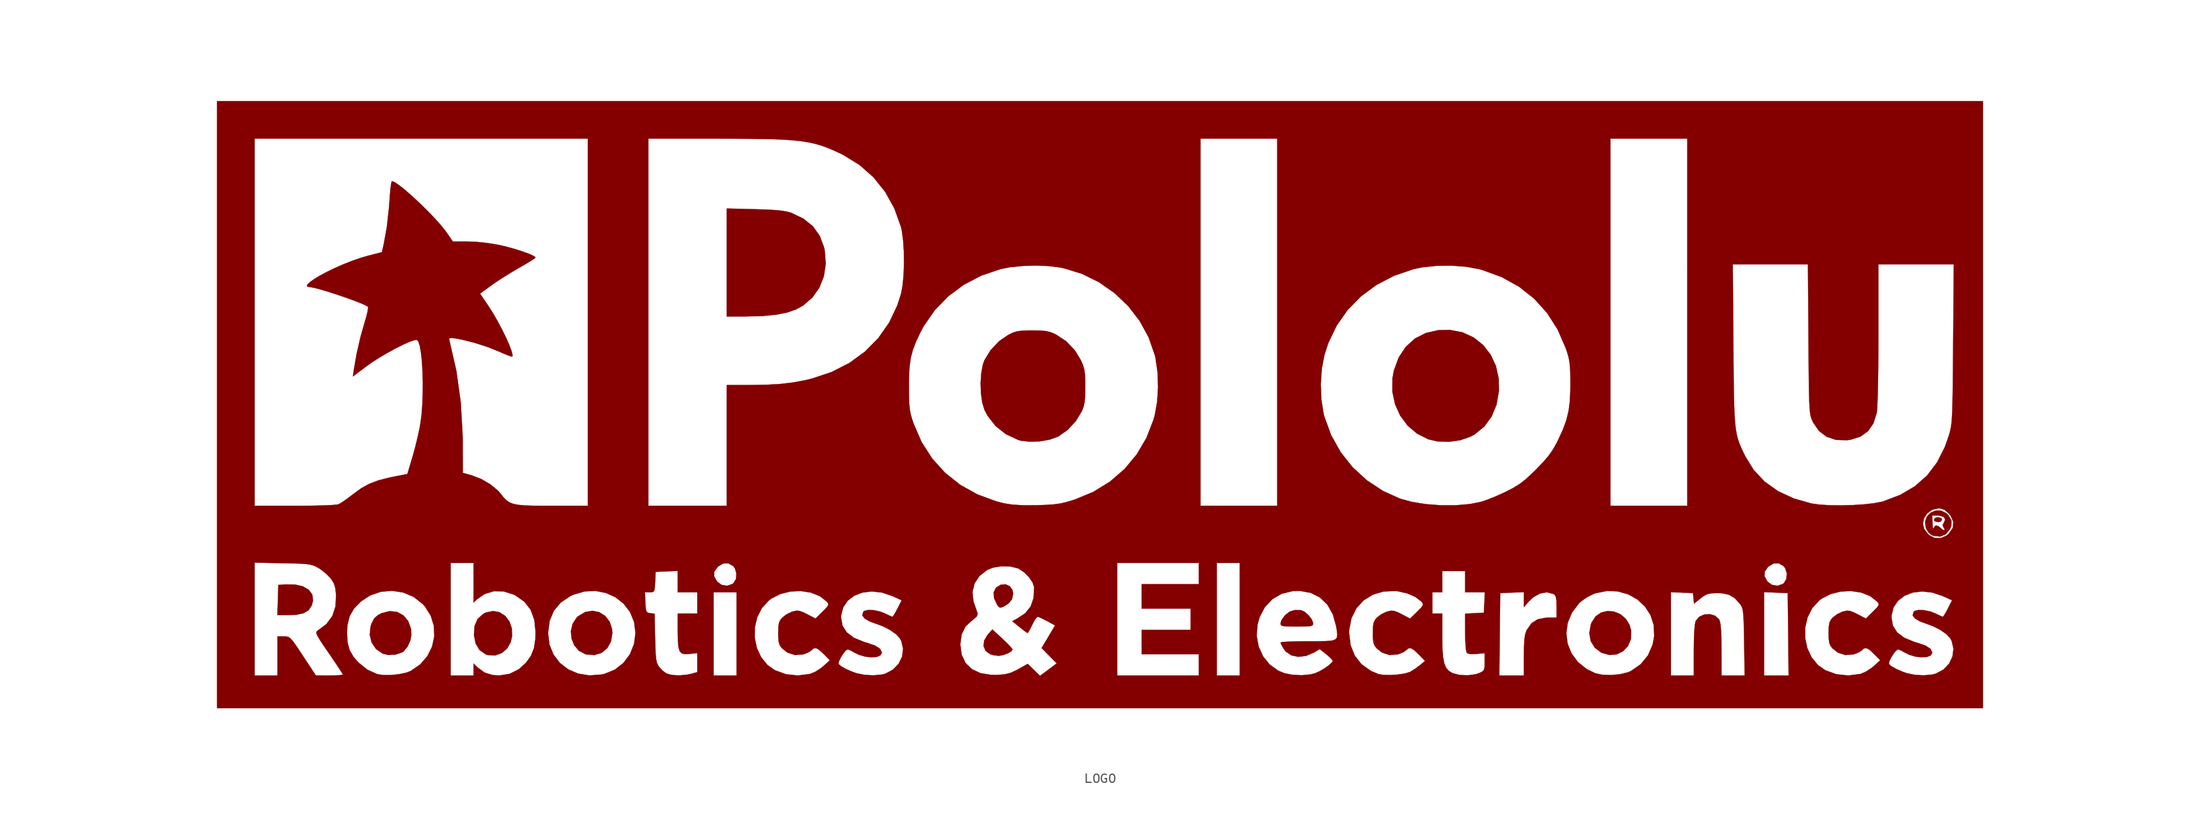
<source format=kicad_sym>
(kicad_symbol_lib
  (version 20210619)
  (generator bitmap2component)
  (symbol "LOGO"
    (pin_names
      (offset 1.016))
    (property "Reference" "#G"
      (at 0 29.457 0)
      (effects (font (size 1.27 1.27)) hide))
    (symbol "LOGO_0_0"
      (polyline (pts (xy 87.525 30.092) (xy -87.363 30.092) (xy -87.363 26.371) (xy -83.642 26.371) (xy -50.638 26.371) (xy -44.652 26.371) (xy -37.798 26.371) (xy 10.031 26.371) (xy 17.634 26.371) (xy 50.638 26.371) (xy 58.242 26.371) (xy 58.242 13.913) (xy 62.753 13.913) (xy 70.193 13.913) (xy 70.244 6.512) (xy 70.248 5.979) (xy 70.26 4.323) (xy 70.272 2.951) (xy 70.287 1.834) (xy 70.304 0.939) (xy 70.326 0.237) (xy 70.354 -0.302) (xy 70.39 -0.71) (xy 70.435 -1.016) (xy 70.49 -1.252) (xy 70.558 -1.447) (xy 70.639 -1.633) (xy 70.695 -1.75) (xy 71.279 -2.604) (xy 72.04 -3.188) (xy 72.968 -3.497) (xy 74.055 -3.526) (xy 74.42 -3.478) (xy 75.394 -3.172) (xy 76.147 -2.631) (xy 76.683 -1.849) (xy 77.006 -0.824) (xy 77.013 -0.783) (xy 77.051 -0.365) (xy 77.084 0.338) (xy 77.114 1.294) (xy 77.138 2.469) (xy 77.156 3.829) (xy 77.167 5.344) (xy 77.171 6.979) (xy 77.171 13.913) (xy 84.635 13.913) (xy 84.573 6.027) (xy 84.564 4.95) (xy 84.55 3.314) (xy 84.536 1.953) (xy 84.519 0.836) (xy 84.5 -0.069) (xy 84.476 -0.792) (xy 84.446 -1.363) (xy 84.408 -1.816) (xy 84.361 -2.179) (xy 84.304 -2.485) (xy 84.236 -2.763) (xy 84.153 -3.046) (xy 83.75 -4.194) (xy 82.973 -5.731) (xy 81.988 -7.025) (xy 80.783 -8.09) (xy 79.344 -8.939) (xy 77.656 -9.586) (xy 77.522 -9.624) (xy 76.744 -9.772) (xy 75.75 -9.884) (xy 74.625 -9.956) (xy 73.455 -9.986) (xy 72.327 -9.971) (xy 71.326 -9.909) (xy 70.538 -9.798) (xy 68.795 -9.303) (xy 67.237 -8.579) (xy 65.913 -7.637) (xy 64.828 -6.483) (xy 63.988 -5.119) (xy 63.785 -4.701) (xy 63.575 -4.25) (xy 63.4 -3.825) (xy 63.256 -3.396) (xy 63.14 -2.93) (xy 63.048 -2.396) (xy 62.978 -1.76) (xy 62.926 -0.993) (xy 62.888 -0.061) (xy 62.86 1.067) (xy 62.841 2.423) (xy 62.826 4.038) (xy 62.811 5.946) (xy 62.753 13.913) (xy 58.242 13.913) (xy 58.242 -10.03) (xy 50.638 -10.03) (xy 50.638 26.371) (xy 17.634 26.371) (xy 17.634 2.014) (xy 21.946 2.014) (xy 22.045 3.523) (xy 22.303 4.9) (xy 22.696 6.112) (xy 23.524 7.837) (xy 24.609 9.384) (xy 25.932 10.736) (xy 27.474 11.873) (xy 29.218 12.779) (xy 31.143 13.435) (xy 31.968 13.607) (xy 33.379 13.758) (xy 34.875 13.781) (xy 36.329 13.673) (xy 37.615 13.436) (xy 37.954 13.344) (xy 39.87 12.641) (xy 41.582 11.69) (xy 43.082 10.5) (xy 44.36 9.079) (xy 45.406 7.437) (xy 46.211 5.582) (xy 46.306 5.303) (xy 46.464 4.776) (xy 46.568 4.281) (xy 46.628 3.73) (xy 46.657 3.034) (xy 46.666 2.103) (xy 46.664 1.602) (xy 46.617 0.409) (xy 46.491 -0.603) (xy 46.265 -1.534) (xy 45.917 -2.485) (xy 45.423 -3.559) (xy 45.31 -3.784) (xy 44.94 -4.446) (xy 44.525 -5.042) (xy 43.995 -5.665) (xy 43.285 -6.404) (xy 42.781 -6.901) (xy 42.172 -7.455) (xy 41.614 -7.881) (xy 41.017 -8.249) (xy 40.284 -8.628) (xy 39.887 -8.816) (xy 39.097 -9.162) (xy 38.353 -9.455) (xy 37.776 -9.645) (xy 36.712 -9.855) (xy 35.332 -9.974) (xy 33.848 -9.976) (xy 32.362 -9.865) (xy 30.979 -9.644) (xy 29.799 -9.319) (xy 28.117 -8.56) (xy 26.517 -7.506) (xy 25.11 -6.216) (xy 23.923 -4.718) (xy 22.981 -3.038) (xy 22.308 -1.204) (xy 22.228 -0.892) (xy 22.008 0.5) (xy 21.946 2.014) (xy 17.634 2.014) (xy 17.634 -10.03) (xy 10.031 -10.03) (xy 10.031 26.371) (xy -37.798 26.371) (xy -36.376 26.369) (xy -34.585 26.359) (xy -33.059 26.336) (xy -31.762 26.296) (xy -30.66 26.233) (xy -29.718 26.145) (xy -28.902 26.026) (xy -28.176 25.872) (xy -27.506 25.679) (xy -26.856 25.443) (xy -26.193 25.158) (xy -25.481 24.821) (xy -25.329 24.745) (xy -23.736 23.762) (xy -22.356 22.542) (xy -21.203 21.102) (xy -20.291 19.46) (xy -19.635 17.634) (xy -19.55 17.26) (xy -19.422 16.323) (xy -19.35 15.213) (xy -19.333 14.028) (xy -19.373 12.866) (xy -19.469 11.825) (xy -19.622 11.001) (xy -19.997 9.831) (xy -20.811 8.122) (xy -21.883 6.593) (xy -23.196 5.261) (xy -24.733 4.14) (xy -26.48 3.245) (xy -28.419 2.594) (xy -29.164 2.415) (xy -30.322 2.199) (xy -31.54 2.055) (xy -32.903 1.974) (xy -34.5 1.946) (xy -36.887 1.941) (xy -36.887 1.78) (xy -18.842 1.78) (xy -18.832 2.782) (xy -18.776 3.798) (xy -18.653 4.656) (xy -18.443 5.449) (xy -18.127 6.266) (xy -17.685 7.199) (xy -17.361 7.801) (xy -16.275 9.37) (xy -14.95 10.736) (xy -13.409 11.882) (xy -11.674 12.789) (xy -9.768 13.439) (xy -8.829 13.621) (xy -7.596 13.746) (xy -6.279 13.787) (xy -5.001 13.739) (xy -3.883 13.599) (xy -3.494 13.519) (xy -1.691 12.961) (xy -0.008 12.13) (xy 1.523 11.057) (xy 2.872 9.769) (xy 4.006 8.297) (xy 4.894 6.669) (xy 5.506 4.915) (xy 5.578 4.604) (xy 5.775 3.238) (xy 5.829 1.752) (xy 5.739 0.282) (xy 5.505 -1.033) (xy 5.379 -1.491) (xy 4.678 -3.297) (xy 3.712 -4.938) (xy 2.499 -6.391) (xy 1.061 -7.634) (xy -0.58 -8.646) (xy -2.404 -9.403) (xy -2.576 -9.459) (xy -3.248 -9.66) (xy -3.84 -9.797) (xy -4.454 -9.883) (xy -5.189 -9.936) (xy -6.148 -9.969) (xy -6.215 -9.97) (xy -7.529 -9.975) (xy -8.571 -9.915) (xy -9.383 -9.79) (xy -10.182 -9.588) (xy -12.068 -8.894) (xy -13.767 -7.944) (xy -15.264 -6.752) (xy -16.543 -5.332) (xy -17.589 -3.697) (xy -18.387 -1.861) (xy -18.535 -1.419) (xy -18.67 -0.933) (xy -18.759 -0.453) (xy -18.81 0.105) (xy -18.834 0.822) (xy -18.842 1.78) (xy -36.887 1.78) (xy -36.887 -10.03) (xy -44.652 -10.03) (xy -44.652 26.371) (xy -50.638 26.371) (xy -50.638 -10.03) (xy -54.219 -10.03) (xy -54.777 -10.03) (xy -55.928 -10.022) (xy -56.818 -9.995) (xy -57.495 -9.938) (xy -58.004 -9.841) (xy -58.391 -9.693) (xy -58.7 -9.483) (xy -58.978 -9.201) (xy -59.27 -8.834) (xy -59.536 -8.529) (xy -60.284 -7.907) (xy -61.186 -7.377) (xy -62.128 -7.012) (xy -63.021 -6.763) (xy -63.032 -3.745) (xy -63.039 -3.089) (xy -63.225 0.203) (xy -63.657 3.339) (xy -64.331 6.287) (xy -64.368 6.436) (xy -64.35 6.586) (xy -64.161 6.616) (xy -63.726 6.558) (xy -63.161 6.455) (xy -61.876 6.135) (xy -60.563 5.713) (xy -59.389 5.24) (xy -59.208 5.157) (xy -58.676 4.932) (xy -58.289 4.79) (xy -58.119 4.761) (xy -58.097 4.928) (xy -58.201 5.341) (xy -58.427 5.937) (xy -58.749 6.663) (xy -59.144 7.468) (xy -59.587 8.299) (xy -60.052 9.104) (xy -60.516 9.831) (xy -61.312 11.006) (xy -60.222 11.807) (xy -59.844 12.074) (xy -59.106 12.559) (xy -58.278 13.075) (xy -57.478 13.544) (xy -56.85 13.907) (xy -56.316 14.231) (xy -55.954 14.468) (xy -55.82 14.584) (xy -55.843 14.63) (xy -56.094 14.789) (xy -56.573 14.995) (xy -57.216 15.225) (xy -57.961 15.458) (xy -58.746 15.674) (xy -59.509 15.849) (xy -59.646 15.876) (xy -60.633 16.031) (xy -61.667 16.138) (xy -62.568 16.178) (xy -64.013 16.178) (xy -64.616 17.055) (xy -64.772 17.27) (xy -65.261 17.872) (xy -65.874 18.552) (xy -66.567 19.27) (xy -67.299 19.988) (xy -68.026 20.665) (xy -68.707 21.261) (xy -69.299 21.736) (xy -69.759 22.051) (xy -70.046 22.164) (xy -70.092 22.064) (xy -70.155 21.699) (xy -70.218 21.131) (xy -70.272 20.425) (xy -70.328 19.631) (xy -70.55 17.604) (xy -70.87 15.852) (xy -71.037 15.12) (xy -72.424 14.762) (xy -73.116 14.562) (xy -73.982 14.262) (xy -74.86 13.915) (xy -75.716 13.537) (xy -76.515 13.149) (xy -77.222 12.769) (xy -77.803 12.416) (xy -78.223 12.108) (xy -78.447 11.865) (xy -78.44 11.706) (xy -78.168 11.648) (xy -78.144 11.648) (xy -77.764 11.584) (xy -77.166 11.429) (xy -76.416 11.207) (xy -75.58 10.939) (xy -74.724 10.649) (xy -73.914 10.358) (xy -73.217 10.089) (xy -72.699 9.864) (xy -72.425 9.706) (xy -72.406 9.614) (xy -72.453 9.263) (xy -72.58 8.723) (xy -72.773 8.068) (xy -73.155 6.731) (xy -73.546 5.026) (xy -73.828 3.377) (xy -73.908 2.789) (xy -72.539 3.822) (xy -72.029 4.184) (xy -71.303 4.649) (xy -70.513 5.114) (xy -69.716 5.551) (xy -68.966 5.929) (xy -68.321 6.219) (xy -67.836 6.393) (xy -67.567 6.421) (xy -67.426 6.254) (xy -67.282 5.8) (xy -67.164 5.114) (xy -67.074 4.248) (xy -67.015 3.251) (xy -66.987 2.173) (xy -66.994 1.063) (xy -67.037 -0.027) (xy -67.118 -1.05) (xy -67.239 -1.953) (xy -67.306 -2.316) (xy -67.508 -3.256) (xy -67.755 -4.264) (xy -68.008 -5.177) (xy -68.516 -6.876) (xy -69.81 -7.128) (xy -70.323 -7.233) (xy -71.402 -7.512) (xy -72.29 -7.849) (xy -73.081 -8.285) (xy -73.871 -8.86) (xy -74.044 -8.996) (xy -74.585 -9.402) (xy -75.049 -9.717) (xy -75.351 -9.884) (xy -75.499 -9.912) (xy -75.957 -9.95) (xy -76.654 -9.983) (xy -77.541 -10.008) (xy -78.57 -10.025) (xy -79.689 -10.03) (xy -83.642 -10.03) (xy -83.642 26.371) (xy -87.363 26.371) (xy -87.363 -11.84) (xy 81.584 -11.84) (xy 81.689 -11.276) (xy 82.012 -10.779) (xy 82.5 -10.425) (xy 83.101 -10.289) (xy 83.313 -10.3) (xy 83.739 -10.443) (xy 84.148 -10.81) (xy 84.341 -11.053) (xy 84.597 -11.651) (xy 84.53 -12.232) (xy 84.14 -12.793) (xy 83.91 -12.988) (xy 83.314 -13.242) (xy 82.705 -13.208) (xy 82.148 -12.899) (xy 81.709 -12.326) (xy 81.584 -11.84) (xy -87.363 -11.84) (xy -87.363 -15.666) (xy -83.642 -15.666) (xy -82.252 -15.693) (xy -64.228 -15.693) (xy -61.963 -15.693) (xy 1.78 -15.693) (xy 9.869 -15.693) (xy 11.648 -15.693) (xy 13.913 -15.693) (xy 13.913 -22.913) (xy 15.6 -22.913) (xy 15.685 -21.797) (xy 15.897 -21.059) (xy 16.422 -20.063) (xy 17.159 -19.286) (xy 18.081 -18.753) (xy 19.16 -18.491) (xy 19.865 -18.468) (xy 20.941 -18.658) (xy 21.859 -19.12) (xy 22.599 -19.838) (xy 23.142 -20.796) (xy 23.468 -21.977) (xy 23.536 -22.393) (xy 23.564 -22.641) (xy 24.756 -22.641) (xy 24.768 -22.282) (xy 24.993 -21.16) (xy 25.477 -20.195) (xy 26.187 -19.415) (xy 27.091 -18.85) (xy 28.156 -18.529) (xy 29.35 -18.482) (xy 29.587 -18.507) (xy 30.019 -18.605) (xy 33.004 -18.605) (xy 33.974 -18.605) (xy 33.974 -16.502) (xy 36.239 -16.502) (xy 36.239 -17.017) (xy 65.894 -17.017) (xy 65.913 -16.555) (xy 66.243 -16.09) (xy 66.27 -16.064) (xy 66.78 -15.754) (xy 67.309 -15.737) (xy 67.787 -16.017) (xy 67.95 -16.238) (xy 68.099 -16.749) (xy 68.055 -17.279) (xy 67.815 -17.69) (xy 67.683 -17.791) (xy 67.166 -17.958) (xy 66.626 -17.868) (xy 66.181 -17.532) (xy 66.181 -17.531) (xy 65.894 -17.017) (xy 36.239 -17.017) (xy 36.239 -18.605) (xy 38.196 -18.605) (xy 38.148 -19.616) (xy 38.1 -20.627) (xy 37.17 -20.676) (xy 36.239 -20.724) (xy 36.242 -22.536) (xy 36.251 -23.169) (xy 36.282 -23.834) (xy 36.329 -24.327) (xy 36.387 -24.573) (xy 36.473 -24.658) (xy 36.789 -24.739) (xy 37.355 -24.718) (xy 38.181 -24.639) (xy 38.181 -25.513) (xy 38.172 -25.971) (xy 38.111 -26.284) (xy 37.944 -26.467) (xy 37.62 -26.622) (xy 37.299 -26.727) (xy 36.516 -26.836) (xy 35.7 -26.803) (xy 35.013 -26.627) (xy 35.01 -26.625) (xy 34.639 -26.408) (xy 34.365 -26.095) (xy 34.175 -25.643) (xy 34.055 -25.005) (xy 33.992 -24.135) (xy 33.974 -22.989) (xy 33.974 -20.708) (xy 33.004 -20.708) (xy 33.004 -18.605) (xy 30.019 -18.605) (xy 30.512 -18.717) (xy 31.319 -19.07) (xy 31.909 -19.528) (xy 31.925 -19.546) (xy 32.056 -19.726) (xy 32.049 -19.898) (xy 31.872 -20.137) (xy 31.492 -20.522) (xy 30.794 -21.207) (xy 29.954 -20.771) (xy 29.617 -20.602) (xy 29.216 -20.45) (xy 28.887 -20.43) (xy 28.501 -20.519) (xy 28.448 -20.536) (xy 27.924 -20.789) (xy 27.494 -21.123) (xy 27.331 -21.317) (xy 27.184 -21.613) (xy 27.116 -22.022) (xy 27.099 -22.65) (xy 27.106 -23.099) (xy 27.154 -23.57) (xy 27.272 -23.892) (xy 27.486 -24.169) (xy 28.012 -24.585) (xy 28.759 -24.828) (xy 29.577 -24.761) (xy 29.694 -24.726) (xy 30.136 -24.543) (xy 30.416 -24.347) (xy 30.609 -24.171) (xy 30.857 -24.141) (xy 31.178 -24.329) (xy 31.633 -24.757) (xy 32.27 -25.409) (xy 31.787 -25.812) (xy 31.764 -25.831) (xy 31.289 -26.185) (xy 30.82 -26.48) (xy 30.763 -26.509) (xy 30.265 -26.656) (xy 29.586 -26.76) (xy 28.846 -26.81) (xy 28.165 -26.798) (xy 27.664 -26.715) (xy 26.91 -26.398) (xy 25.99 -25.745) (xy 25.316 -24.89) (xy 24.901 -23.849) (xy 24.756 -22.641) (xy 23.564 -22.641) (xy 23.582 -22.804) (xy 23.544 -23.093) (xy 23.382 -23.281) (xy 23.057 -23.391) (xy 22.527 -23.443) (xy 21.754 -23.458) (xy 20.697 -23.459) (xy 19.985 -23.463) (xy 19.177 -23.479) (xy 18.535 -23.506) (xy 18.111 -23.54) (xy 17.959 -23.58) (xy 17.962 -23.604) (xy 18.068 -23.851) (xy 18.275 -24.219) (xy 18.466 -24.472) (xy 19.026 -24.858) (xy 19.727 -25.006) (xy 20.509 -24.908) (xy 21.315 -24.557) (xy 21.841 -24.241) (xy 22.488 -24.753) (xy 22.72 -24.946) (xy 23.018 -25.233) (xy 23.135 -25.405) (xy 23.064 -25.544) (xy 22.775 -25.815) (xy 22.344 -26.126) (xy 21.856 -26.416) (xy 21.396 -26.625) (xy 20.947 -26.742) (xy 20.081 -26.828) (xy 19.162 -26.789) (xy 18.341 -26.625) (xy 17.738 -26.375) (xy 16.889 -25.765) (xy 16.231 -24.95) (xy 15.791 -23.982) (xy 15.6 -22.913) (xy 13.913 -22.913) (xy 13.913 -26.856) (xy 39.631 -26.856) (xy 39.718 -18.686) (xy 40.891 -18.638) (xy 42.064 -18.591) (xy 42.064 -20.086) (xy 42.487 -19.582) (xy 42.985 -19.104) (xy 43.665 -18.724) (xy 44.353 -18.607) (xy 44.986 -18.773) (xy 45.103 -18.853) (xy 45.225 -19.056) (xy 45.284 -19.421) (xy 45.299 -20.026) (xy 45.299 -21.113) (xy 44.41 -21.121) (xy 44.209 -21.128) (xy 43.412 -21.287) (xy 42.809 -21.68) (xy 42.347 -22.338) (xy 42.292 -22.456) (xy 42.224 -22.672) (xy 46.266 -22.672) (xy 46.405 -21.634) (xy 46.821 -20.627) (xy 47.526 -19.696) (xy 47.718 -19.52) (xy 48.329 -19.088) (xy 48.979 -18.766) (xy 49.153 -18.704) (xy 50.279 -18.475) (xy 51.37 -18.519) (xy 51.622 -18.59) (xy 56.624 -18.59) (xy 56.638 -18.591) (xy 65.846 -18.591) (xy 67.019 -18.638) (xy 68.192 -18.686) (xy 68.235 -22.771) (xy 68.239 -23.121) (xy 69.917 -23.121) (xy 69.927 -22.09) (xy 70.159 -21.09) (xy 70.621 -20.179) (xy 71.316 -19.415) (xy 71.555 -19.235) (xy 72.442 -18.782) (xy 73.438 -18.532) (xy 74.47 -18.483) (xy 75.465 -18.633) (xy 76.348 -18.982) (xy 77.046 -19.528) (xy 77.062 -19.546) (xy 77.194 -19.726) (xy 77.186 -19.898) (xy 77.009 -20.137) (xy 76.629 -20.522) (xy 75.932 -21.207) (xy 75.092 -20.771) (xy 74.754 -20.602) (xy 74.354 -20.45) (xy 74.025 -20.43) (xy 73.639 -20.519) (xy 73.586 -20.536) (xy 73.062 -20.789) (xy 72.631 -21.123) (xy 72.468 -21.317) (xy 72.321 -21.613) (xy 72.253 -22.022) (xy 72.236 -22.65) (xy 72.243 -23.099) (xy 72.292 -23.57) (xy 72.41 -23.892) (xy 72.624 -24.169) (xy 73.149 -24.585) (xy 73.897 -24.828) (xy 74.715 -24.761) (xy 74.832 -24.726) (xy 75.274 -24.543) (xy 75.554 -24.347) (xy 75.727 -24.183) (xy 75.976 -24.135) (xy 76.294 -24.31) (xy 76.741 -24.727) (xy 77.348 -25.348) (xy 76.951 -25.707) (xy 78.213 -25.707) (xy 78.247 -25.473) (xy 78.42 -25.105) (xy 78.665 -24.711) (xy 78.917 -24.396) (xy 79.111 -24.267) (xy 79.14 -24.271) (xy 79.41 -24.378) (xy 79.79 -24.586) (xy 80.238 -24.806) (xy 80.861 -24.988) (xy 81.473 -25.057) (xy 82 -25.015) (xy 82.37 -24.859) (xy 82.51 -24.592) (xy 82.509 -24.574) (xy 82.335 -24.212) (xy 81.848 -23.891) (xy 81.054 -23.617) (xy 80.746 -23.529) (xy 79.74 -23.114) (xy 79.028 -22.577) (xy 78.606 -21.911) (xy 78.466 -21.11) (xy 78.473 -20.909) (xy 78.675 -20.101) (xy 79.124 -19.44) (xy 79.774 -18.945) (xy 80.584 -18.633) (xy 81.511 -18.523) (xy 82.511 -18.633) (xy 83.541 -18.98) (xy 84.463 -19.401) (xy 84.05 -20.217) (xy 83.868 -20.559) (xy 83.665 -20.9) (xy 83.552 -21.032) (xy 83.499 -21.017) (xy 83.223 -20.898) (xy 82.813 -20.698) (xy 82.326 -20.509) (xy 81.707 -20.379) (xy 81.139 -20.357) (xy 80.745 -20.456) (xy 80.655 -20.554) (xy 80.568 -20.861) (xy 80.579 -20.93) (xy 80.807 -21.213) (xy 81.303 -21.5) (xy 82.024 -21.763) (xy 82.601 -21.975) (xy 83.318 -22.345) (xy 83.915 -22.767) (xy 84.294 -23.181) (xy 84.432 -23.448) (xy 84.605 -24.209) (xy 84.507 -24.978) (xy 84.163 -25.688) (xy 83.602 -26.275) (xy 82.849 -26.672) (xy 82.516 -26.757) (xy 81.693 -26.837) (xy 80.804 -26.794) (xy 80.002 -26.63) (xy 79.559 -26.474) (xy 78.951 -26.208) (xy 78.473 -25.94) (xy 78.217 -25.715) (xy 78.213 -25.707) (xy 76.951 -25.707) (xy 76.704 -25.93) (xy 76.475 -26.118) (xy 75.934 -26.468) (xy 75.443 -26.683) (xy 75.362 -26.704) (xy 74.187 -26.854) (xy 73.003 -26.726) (xy 71.912 -26.329) (xy 71.18 -25.812) (xy 70.549 -25.04) (xy 70.127 -24.124) (xy 69.917 -23.121) (xy 68.239 -23.121) (xy 68.278 -26.856) (xy 65.846 -26.856) (xy 65.846 -18.591) (xy 56.638 -18.591) (xy 57.716 -18.638) (xy 58.808 -18.686) (xy 58.859 -19.211) (xy 58.91 -19.736) (xy 59.563 -19.211) (xy 59.854 -18.991) (xy 60.219 -18.793) (xy 60.636 -18.706) (xy 61.24 -18.686) (xy 61.672 -18.701) (xy 62.382 -18.849) (xy 62.952 -19.198) (xy 63.49 -19.799) (xy 63.507 -19.822) (xy 63.617 -19.998) (xy 63.699 -20.214) (xy 63.759 -20.518) (xy 63.802 -20.956) (xy 63.832 -21.576) (xy 63.854 -22.425) (xy 63.873 -23.551) (xy 63.923 -26.856) (xy 61.639 -26.856) (xy 61.637 -24.308) (xy 61.629 -23.4) (xy 61.593 -22.408) (xy 61.527 -21.73) (xy 61.433 -21.361) (xy 61.393 -21.289) (xy 61.006 -20.93) (xy 60.482 -20.771) (xy 59.919 -20.808) (xy 59.416 -21.037) (xy 59.072 -21.455) (xy 59.065 -21.473) (xy 58.992 -21.832) (xy 58.937 -22.463) (xy 58.902 -23.32) (xy 58.889 -24.356) (xy 58.889 -26.856) (xy 56.624 -26.856) (xy 56.624 -18.59) (xy 51.622 -18.59) (xy 52.388 -18.808) (xy 53.292 -19.313) (xy 54.041 -20.008) (xy 54.597 -20.864) (xy 54.918 -21.854) (xy 54.966 -22.948) (xy 54.806 -23.811) (xy 54.344 -24.863) (xy 53.622 -25.74) (xy 52.66 -26.41) (xy 52.381 -26.531) (xy 51.599 -26.725) (xy 50.708 -26.813) (xy 49.842 -26.785) (xy 49.136 -26.633) (xy 48.273 -26.212) (xy 47.409 -25.511) (xy 46.779 -24.657) (xy 46.394 -23.696) (xy 46.266 -22.672) (xy 42.224 -22.672) (xy 42.181 -22.811) (xy 42.111 -23.288) (xy 42.075 -23.953) (xy 42.064 -24.874) (xy 42.064 -26.856) (xy 39.631 -26.856) (xy 13.913 -26.856) (xy 11.648 -26.856) (xy 11.648 -15.693) (xy 9.869 -15.693) (xy 9.869 -17.796) (xy 4.206 -17.796) (xy 4.206 -20.223) (xy 9.06 -20.223) (xy 9.06 -22.326) (xy 4.206 -22.326) (xy 4.206 -24.753) (xy 9.869 -24.753) (xy 9.869 -26.856) (xy 1.78 -26.856) (xy 1.78 -15.693) (xy -61.963 -15.693) (xy -61.963 -19.632) (xy -61.597 -19.288) (xy -60.863 -18.78) (xy -59.958 -18.504) (xy -58.986 -18.518) (xy -57.999 -18.828) (xy -57.798 -18.929) (xy -56.923 -19.547) (xy -56.307 -20.348) (xy -55.942 -21.344) (xy -55.819 -22.55) (xy -55.822 -22.651) (xy -54.576 -22.651) (xy -54.576 -22.615) (xy -54.423 -21.434) (xy -54.006 -20.438) (xy -53.322 -19.623) (xy -52.366 -18.983) (xy -52.069 -18.845) (xy -50.964 -18.521) (xy -49.872 -18.473) (xy -49.2 -18.605) (xy -44.991 -18.605) (xy -44.506 -18.605) (xy -44.41 -18.605) (xy -44.185 -18.576) (xy -44.063 -18.447) (xy -44.005 -18.145) (xy -43.972 -17.594) (xy -43.924 -16.583) (xy -42.832 -16.535) (xy -41.74 -16.487) (xy -41.74 -17.017) (xy -38.133 -17.017) (xy -38.113 -16.555) (xy -37.784 -16.09) (xy -37.757 -16.064) (xy -37.247 -15.754) (xy -36.718 -15.737) (xy -36.239 -16.017) (xy -36.077 -16.238) (xy -35.928 -16.749) (xy -35.972 -17.279) (xy -36.212 -17.69) (xy -36.344 -17.791) (xy -36.861 -17.958) (xy -37.401 -17.868) (xy -37.846 -17.532) (xy -37.846 -17.531) (xy -38.133 -17.017) (xy -41.74 -17.017) (xy -41.74 -18.605) (xy -39.799 -18.605) (xy -38.181 -18.605) (xy -35.916 -18.605) (xy -35.916 -23.121) (xy -34.109 -23.121) (xy -34.1 -22.09) (xy -33.867 -21.09) (xy -33.406 -20.179) (xy -32.711 -19.415) (xy -32.472 -19.235) (xy -31.585 -18.782) (xy -30.588 -18.532) (xy -29.556 -18.483) (xy -28.562 -18.633) (xy -27.679 -18.982) (xy -26.98 -19.528) (xy -26.964 -19.546) (xy -26.833 -19.726) (xy -26.84 -19.898) (xy -27.018 -20.137) (xy -27.398 -20.522) (xy -28.095 -21.207) (xy -28.935 -20.771) (xy -29.272 -20.602) (xy -29.673 -20.45) (xy -30.002 -20.43) (xy -30.388 -20.519) (xy -30.441 -20.536) (xy -30.965 -20.789) (xy -31.396 -21.123) (xy -31.559 -21.317) (xy -31.706 -21.613) (xy -31.774 -22.022) (xy -31.79 -22.65) (xy -31.784 -23.099) (xy -31.735 -23.57) (xy -31.617 -23.892) (xy -31.403 -24.169) (xy -30.878 -24.585) (xy -30.13 -24.828) (xy -29.312 -24.761) (xy -29.195 -24.726) (xy -28.753 -24.543) (xy -28.473 -24.347) (xy -28.3 -24.183) (xy -28.05 -24.135) (xy -27.733 -24.31) (xy -27.286 -24.727) (xy -26.679 -25.348) (xy -27.076 -25.707) (xy -25.814 -25.707) (xy -25.78 -25.473) (xy -25.607 -25.105) (xy -25.362 -24.711) (xy -25.11 -24.396) (xy -24.916 -24.267) (xy -24.886 -24.271) (xy -24.617 -24.378) (xy -24.236 -24.586) (xy -23.789 -24.806) (xy -23.166 -24.988) (xy -22.554 -25.057) (xy -22.026 -25.015) (xy -21.657 -24.859) (xy -21.517 -24.592) (xy -21.517 -24.574) (xy -21.691 -24.212) (xy -22.179 -23.891) (xy -22.972 -23.617) (xy -23.28 -23.529) (xy -24.287 -23.114) (xy -24.998 -22.577) (xy -25.421 -21.911) (xy -25.561 -21.11) (xy -25.554 -20.909) (xy -25.351 -20.101) (xy -24.903 -19.44) (xy -24.253 -18.945) (xy -23.442 -18.633) (xy -22.516 -18.523) (xy -21.516 -18.633) (xy -20.485 -18.98) (xy -19.564 -19.401) (xy -19.977 -20.217) (xy -20.159 -20.559) (xy -20.362 -20.9) (xy -20.475 -21.032) (xy -20.527 -21.017) (xy -20.804 -20.898) (xy -21.214 -20.698) (xy -21.701 -20.509) (xy -22.32 -20.379) (xy -22.887 -20.357) (xy -23.282 -20.456) (xy -23.372 -20.554) (xy -23.459 -20.861) (xy -23.448 -20.93) (xy -23.22 -21.213) (xy -22.723 -21.5) (xy -22.003 -21.763) (xy -21.426 -21.975) (xy -20.708 -22.345) (xy -20.111 -22.767) (xy -19.732 -23.181) (xy -19.594 -23.448) (xy -19.518 -23.782) (xy -13.752 -23.782) (xy -13.752 -23.76) (xy -13.62 -22.782) (xy -13.232 -21.997) (xy -12.582 -21.393) (xy -12.498 -21.335) (xy -12.112 -20.992) (xy -12.033 -20.72) (xy -12.073 -20.599) (xy -12.211 -20.199) (xy -12.386 -19.699) (xy -12.456 -19.475) (xy -12.548 -18.567) (xy -12.337 -17.721) (xy -11.842 -16.98) (xy -11.077 -16.386) (xy -10.51 -16.161) (xy -9.669 -16.025) (xy -8.798 -16.047) (xy -8.041 -16.235) (xy -7.933 -16.285) (xy -7.422 -16.637) (xy -6.949 -17.118) (xy -6.597 -17.632) (xy -6.447 -18.085) (xy -6.446 -18.111) (xy -6.497 -19.16) (xy -6.785 -20.006) (xy -7.329 -20.684) (xy -8.148 -21.229) (xy -8.612 -21.465) (xy -7.889 -22.057) (xy -7.571 -22.311) (xy -7.246 -22.555) (xy -7.089 -22.65) (xy -7.024 -22.578) (xy -6.854 -22.285) (xy -6.633 -21.841) (xy -6.466 -21.513) (xy -6.249 -21.166) (xy -6.102 -21.032) (xy -5.975 -21.067) (xy -5.623 -21.223) (xy -5.16 -21.461) (xy -4.372 -21.89) (xy -4.669 -22.391) (xy -4.722 -22.481) (xy -5.023 -22.989) (xy -5.335 -23.512) (xy -5.705 -24.132) (xy -4.955 -24.893) (xy -4.206 -25.654) (xy -5.032 -26.271) (xy -5.859 -26.888) (xy -6.468 -26.293) (xy -7.078 -25.698) (xy -8.006 -26.221) (xy -8.172 -26.314) (xy -8.765 -26.587) (xy -9.349 -26.733) (xy -10.089 -26.798) (xy -10.681 -26.797) (xy -11.751 -26.623) (xy -12.607 -26.224) (xy -13.234 -25.61) (xy -13.62 -24.792) (xy -13.752 -23.782) (xy -19.518 -23.782) (xy -19.421 -24.209) (xy -19.52 -24.978) (xy -19.864 -25.688) (xy -20.425 -26.275) (xy -21.177 -26.672) (xy -21.511 -26.757) (xy -22.334 -26.837) (xy -23.223 -26.794) (xy -24.025 -26.63) (xy -24.468 -26.474) (xy -25.076 -26.208) (xy -25.553 -25.94) (xy -25.809 -25.715) (xy -25.814 -25.707) (xy -27.076 -25.707) (xy -27.322 -25.93) (xy -27.552 -26.118) (xy -28.092 -26.468) (xy -28.584 -26.683) (xy -28.665 -26.704) (xy -29.84 -26.854) (xy -31.024 -26.726) (xy -32.115 -26.329) (xy -32.846 -25.812) (xy -33.477 -25.04) (xy -33.9 -24.124) (xy -34.109 -23.121) (xy -35.916 -23.121) (xy -35.916 -26.856) (xy -38.181 -26.856) (xy -38.181 -18.605) (xy -39.799 -18.605) (xy -39.799 -20.708) (xy -41.74 -20.708) (xy -41.74 -22.476) (xy -41.726 -23.396) (xy -41.67 -24.038) (xy -41.548 -24.446) (xy -41.336 -24.666) (xy -41.012 -24.741) (xy -40.552 -24.716) (xy -39.799 -24.631) (xy -39.799 -26.517) (xy -40.405 -26.686) (xy -40.871 -26.784) (xy -41.63 -26.846) (xy -42.334 -26.801) (xy -42.857 -26.651) (xy -42.859 -26.65) (xy -43.233 -26.375) (xy -43.585 -25.995) (xy -43.698 -25.823) (xy -43.801 -25.582) (xy -43.871 -25.251) (xy -43.919 -24.771) (xy -43.951 -24.085) (xy -43.976 -23.133) (xy -44.028 -20.727) (xy -44.462 -20.677) (xy -44.494 -20.674) (xy -44.719 -20.62) (xy -44.845 -20.478) (xy -44.908 -20.17) (xy -44.943 -19.616) (xy -44.991 -18.605) (xy -49.2 -18.605) (xy -48.834 -18.677) (xy -47.893 -19.109) (xy -47.09 -19.746) (xy -46.467 -20.564) (xy -46.065 -21.539) (xy -45.925 -22.647) (xy -46.065 -23.726) (xy -46.476 -24.745) (xy -47.121 -25.61) (xy -47.965 -26.272) (xy -48.971 -26.685) (xy -49.303 -26.758) (xy -50.495 -26.846) (xy -51.601 -26.666) (xy -52.586 -26.243) (xy -53.412 -25.604) (xy -54.043 -24.775) (xy -54.443 -23.782) (xy -54.576 -22.651) (xy -55.822 -22.651) (xy -55.839 -23.234) (xy -55.98 -24.143) (xy -56.278 -24.897) (xy -56.763 -25.585) (xy -57.469 -26.23) (xy -58.389 -26.691) (xy -59.404 -26.852) (xy -60.088 -26.806) (xy -60.858 -26.565) (xy -61.518 -26.087) (xy -61.963 -25.663) (xy -61.963 -26.856) (xy -64.228 -26.856) (xy -64.228 -15.693) (xy -82.252 -15.693) (xy -80.851 -15.72) (xy -80.103 -15.736) (xy -79.271 -15.76) (xy -78.666 -15.794) (xy -78.228 -15.846) (xy -77.901 -15.922) (xy -77.626 -16.03) (xy -77.347 -16.178) (xy -77.164 -16.292) (xy -76.602 -16.727) (xy -76.141 -17.195) (xy -76.032 -17.336) (xy -75.785 -17.746) (xy -75.65 -18.209) (xy -75.581 -18.861) (xy -75.632 -19.998) (xy -75.948 -20.959) (xy -76.54 -21.759) (xy -77.417 -22.417) (xy -77.434 -22.428) (xy -77.524 -22.519) (xy -77.529 -22.65) (xy -74.494 -22.65) (xy -74.454 -21.89) (xy -74.238 -20.991) (xy -73.802 -20.229) (xy -73.109 -19.518) (xy -72.2 -18.92) (xy -71.138 -18.555) (xy -70.027 -18.459) (xy -68.928 -18.629) (xy -67.902 -19.062) (xy -67.009 -19.756) (xy -66.786 -20.003) (xy -66.2 -20.93) (xy -65.891 -21.938) (xy -65.851 -22.975) (xy -66.07 -23.991) (xy -66.539 -24.936) (xy -67.249 -25.759) (xy -68.192 -26.41) (xy -68.642 -26.578) (xy -69.372 -26.73) (xy -70.177 -26.811) (xy -70.933 -26.81) (xy -71.509 -26.715) (xy -72.479 -26.273) (xy -73.391 -25.535) (xy -73.842 -25.006) (xy -74.234 -24.335) (xy -74.437 -23.588) (xy -74.494 -22.65) (xy -77.529 -22.65) (xy -77.53 -22.664) (xy -77.433 -22.905) (xy -77.211 -23.285) (xy -76.844 -23.845) (xy -76.309 -24.626) (xy -76.046 -25.009) (xy -75.595 -25.676) (xy -75.233 -26.222) (xy -74.993 -26.599) (xy -74.906 -26.759) (xy -74.924 -26.775) (xy -75.165 -26.816) (xy -75.629 -26.843) (xy -76.24 -26.853) (xy -77.575 -26.85) (xy -78.851 -24.912) (xy -79.122 -24.502) (xy -79.55 -23.863) (xy -79.862 -23.432) (xy -80.098 -23.17) (xy -80.298 -23.033) (xy -80.502 -22.981) (xy -80.752 -22.973) (xy -81.377 -22.973) (xy -81.377 -26.856) (xy -83.642 -26.856) (xy -83.642 -15.666) (xy -87.363 -15.666) (xy -87.363 -30.092) (xy 87.525 -30.092) (xy 87.525 30.092)) (stroke (width 0.01)) (fill (type outline)))
      (polyline (pts (xy -79.501 -20.835) (xy -78.782 -20.677) (xy -78.291 -20.375) (xy -77.984 -19.91) (xy -77.855 -19.418) (xy -77.932 -18.831) (xy -78.278 -18.357) (xy -78.863 -18.017) (xy -79.663 -17.832) (xy -80.649 -17.824) (xy -81.296 -17.877) (xy -81.389 -20.87) (xy -80.243 -20.87) (xy -79.501 -20.835)) (stroke (width 0.01)) (fill (type outline)))
      (polyline (pts (xy -69.693 -24.785) (xy -69.035 -24.566) (xy -68.862 -24.445) (xy -68.488 -23.984) (xy -68.217 -23.379) (xy -68.111 -22.755) (xy -68.157 -22.228) (xy -68.427 -21.465) (xy -68.899 -20.896) (xy -69.527 -20.553) (xy -70.266 -20.47) (xy -71.07 -20.677) (xy -71.429 -20.859) (xy -71.796 -21.186) (xy -72.058 -21.686) (xy -72.157 -21.978) (xy -72.244 -22.812) (xy -72.058 -23.584) (xy -71.621 -24.231) (xy -70.956 -24.69) (xy -70.407 -24.821) (xy -69.693 -24.785)) (stroke (width 0.01)) (fill (type outline)))
      (polyline (pts (xy -59.188 -24.646) (xy -58.636 -24.188) (xy -58.272 -23.534) (xy -58.144 -22.959) (xy -58.169 -22.178) (xy -58.408 -21.492) (xy -58.822 -20.947) (xy -59.373 -20.587) (xy -60.021 -20.459) (xy -60.729 -20.608) (xy -60.997 -20.741) (xy -61.555 -21.239) (xy -61.862 -21.942) (xy -61.921 -22.85) (xy -61.755 -23.691) (xy -61.363 -24.342) (xy -60.75 -24.76) (xy -60.552 -24.828) (xy -59.852 -24.872) (xy -59.188 -24.646)) (stroke (width 0.01)) (fill (type outline)))
      (polyline (pts (xy -49.285 -24.614) (xy -48.72 -24.154) (xy -48.347 -23.487) (xy -48.213 -22.65) (xy -48.239 -22.27) (xy -48.479 -21.52) (xy -48.921 -20.946) (xy -49.51 -20.577) (xy -50.19 -20.439) (xy -50.905 -20.561) (xy -51.601 -20.969) (xy -51.763 -21.122) (xy -52.159 -21.743) (xy -52.32 -22.455) (xy -52.26 -23.185) (xy -51.992 -23.859) (xy -51.531 -24.403) (xy -50.89 -24.743) (xy -50.801 -24.768) (xy -49.994 -24.831) (xy -49.285 -24.614)) (stroke (width 0.01)) (fill (type outline)))
      (polyline (pts (xy -9.922 -24.904) (xy -9.5 -24.829) (xy -9.061 -24.667) (xy -8.715 -24.468) (xy -8.575 -24.281) (xy -8.589 -24.244) (xy -8.771 -24.016) (xy -9.119 -23.652) (xy -9.576 -23.213) (xy -10.578 -22.285) (xy -11.033 -22.794) (xy -11.067 -22.833) (xy -11.395 -23.397) (xy -11.452 -23.949) (xy -11.247 -24.423) (xy -10.789 -24.752) (xy -10.463 -24.844) (xy -9.982 -24.904) (xy -9.922 -24.904)) (stroke (width 0.01)) (fill (type outline)))
      (polyline (pts (xy -9.407 -19.993) (xy -8.988 -19.729) (xy -8.63 -19.293) (xy -8.521 -18.735) (xy -8.575 -18.401) (xy -8.843 -18.01) (xy -9.261 -17.816) (xy -9.745 -17.848) (xy -10.209 -18.137) (xy -10.231 -18.159) (xy -10.453 -18.62) (xy -10.409 -19.203) (xy -10.104 -19.852) (xy -9.933 -20.078) (xy -9.736 -20.133) (xy -9.407 -19.993)) (stroke (width 0.01)) (fill (type outline)))
      (polyline (pts (xy 20.361 -21.997) (xy 20.813 -21.974) (xy 21.064 -21.921) (xy 21.171 -21.828) (xy 21.194 -21.681) (xy 21.192 -21.648) (xy 21.043 -21.274) (xy 20.724 -20.864) (xy 20.336 -20.528) (xy 19.98 -20.375) (xy 19.349 -20.37) (xy 18.864 -20.517) (xy 18.431 -20.858) (xy 18.34 -20.955) (xy 18.068 -21.342) (xy 17.958 -21.666) (xy 17.958 -21.697) (xy 17.987 -21.84) (xy 18.105 -21.929) (xy 18.369 -21.978) (xy 18.84 -21.998) (xy 19.576 -22.003) (xy 19.649 -22.003) (xy 20.361 -21.997)) (stroke (width 0.01)) (fill (type outline)))
      (polyline (pts (xy 51.26 -24.758) (xy 51.892 -24.448) (xy 52.377 -23.933) (xy 52.661 -23.25) (xy 52.691 -22.439) (xy 52.539 -21.86) (xy 52.158 -21.232) (xy 51.626 -20.781) (xy 51.001 -20.518) (xy 50.343 -20.457) (xy 49.712 -20.609) (xy 49.166 -20.988) (xy 48.764 -21.605) (xy 48.691 -21.799) (xy 48.541 -22.65) (xy 48.674 -23.433) (xy 49.073 -24.096) (xy 49.722 -24.586) (xy 49.763 -24.607) (xy 50.532 -24.824) (xy 51.26 -24.758)) (stroke (width 0.01)) (fill (type outline)))
      (polyline (pts (xy 83.838 -12.859) (xy 84.263 -12.347) (xy 84.399 -12.014) (xy 84.402 -11.464) (xy 84.087 -10.938) (xy 83.902 -10.764) (xy 83.379 -10.508) (xy 82.839 -10.501) (xy 82.35 -10.704) (xy 82.058 -11.001) (xy 82.51 -11.001) (xy 83.081 -11.001) (xy 83.245 -11.009) (xy 83.64 -11.14) (xy 83.784 -11.396) (xy 83.64 -11.731) (xy 83.522 -11.955) (xy 83.642 -12.215) (xy 83.731 -12.36) (xy 83.682 -12.457) (xy 83.562 -12.418) (xy 83.319 -12.215) (xy 83.179 -12.086) (xy 82.906 -11.972) (xy 82.784 -12.015) (xy 82.621 -12.255) (xy 82.592 -12.305) (xy 82.552 -12.153) (xy 82.528 -11.77) (xy 82.51 -11.001) (xy 82.058 -11.001) (xy 81.98 -11.081) (xy 81.793 -11.593) (xy 81.858 -12.202) (xy 81.866 -12.225) (xy 82.096 -12.64) (xy 82.393 -12.909) (xy 82.635 -13.008) (xy 83.283 -13.083) (xy 83.838 -12.859)) (stroke (width 0.01)) (fill (type outline)))
      (polyline (pts (xy -34.986 8.739) (xy -34.929 8.74) (xy -33.314 8.786) (xy -31.978 8.916) (xy -30.885 9.135) (xy -30.002 9.448) (xy -29.325 9.824) (xy -28.405 10.614) (xy -27.71 11.596) (xy -27.261 12.73) (xy -27.077 13.973) (xy -27.179 15.284) (xy -27.245 15.594) (xy -27.674 16.74) (xy -28.354 17.689) (xy -29.293 18.446) (xy -30.496 19.019) (xy -30.892 19.135) (xy -31.402 19.226) (xy -32.069 19.293) (xy -32.948 19.342) (xy -34.096 19.378) (xy -36.887 19.446) (xy -36.887 8.736) (xy -34.986 8.739)) (stroke (width 0.01)) (fill (type outline)))
      (polyline (pts (xy -5.86 -3.64) (xy -4.902 -3.471) (xy -4.104 -3.185) (xy -4.026 -3.144) (xy -3.117 -2.503) (xy -2.318 -1.644) (xy -1.721 -0.667) (xy -1.682 -0.579) (xy -1.529 -0.156) (xy -1.435 0.317) (xy -1.389 0.932) (xy -1.376 1.78) (xy -1.38 2.381) (xy -1.408 3.022) (xy -1.478 3.505) (xy -1.604 3.93) (xy -1.804 4.392) (xy -2.379 5.35) (xy -3.254 6.28) (xy -4.3 6.969) (xy -4.386 7.011) (xy -4.824 7.19) (xy -5.276 7.296) (xy -5.845 7.348) (xy -6.633 7.36) (xy -7.013 7.358) (xy -7.667 7.334) (xy -8.146 7.266) (xy -8.553 7.137) (xy -8.989 6.928) (xy -9.908 6.297) (xy -10.749 5.412) (xy -11.373 4.396) (xy -11.523 3.97) (xy -11.68 3.117) (xy -11.743 2.133) (xy -11.711 1.126) (xy -11.584 0.205) (xy -11.363 -0.521) (xy -11.063 -1.093) (xy -10.259 -2.125) (xy -9.23 -2.938) (xy -8.008 -3.505) (xy -7.731 -3.581) (xy -6.847 -3.68) (xy -5.86 -3.64)) (stroke (width 0.01)) (fill (type outline)))
      (polyline (pts (xy 35.766 -3.527) (xy 36.777 -3.176) (xy 37.194 -2.946) (xy 38.137 -2.18) (xy 38.861 -1.193) (xy 39.351 -0.01) (xy 39.59 1.344) (xy 39.57 2.568) (xy 39.294 3.833) (xy 38.772 4.958) (xy 38.031 5.91) (xy 37.096 6.657) (xy 35.994 7.167) (xy 34.751 7.406) (xy 33.592 7.389) (xy 32.347 7.105) (xy 31.264 6.55) (xy 30.363 5.737) (xy 29.665 4.683) (xy 29.19 3.401) (xy 29.041 2.599) (xy 29.032 1.3) (xy 29.293 0.058) (xy 29.803 -1.082) (xy 30.538 -2.075) (xy 31.478 -2.876) (xy 32.598 -3.44) (xy 33.504 -3.65) (xy 34.633 -3.688) (xy 35.766 -3.527)) (stroke (width 0.01)) (fill (type outline)))
      (polyline (pts (xy 83.34 -11.601) (xy 83.48 -11.406) (xy 83.401 -11.247) (xy 83.076 -11.163) (xy 82.812 -11.21) (xy 82.671 -11.406) (xy 82.751 -11.564) (xy 83.076 -11.648) (xy 83.34 -11.601)) (stroke (width 0.01)) (fill (type outline))))))
</source>
